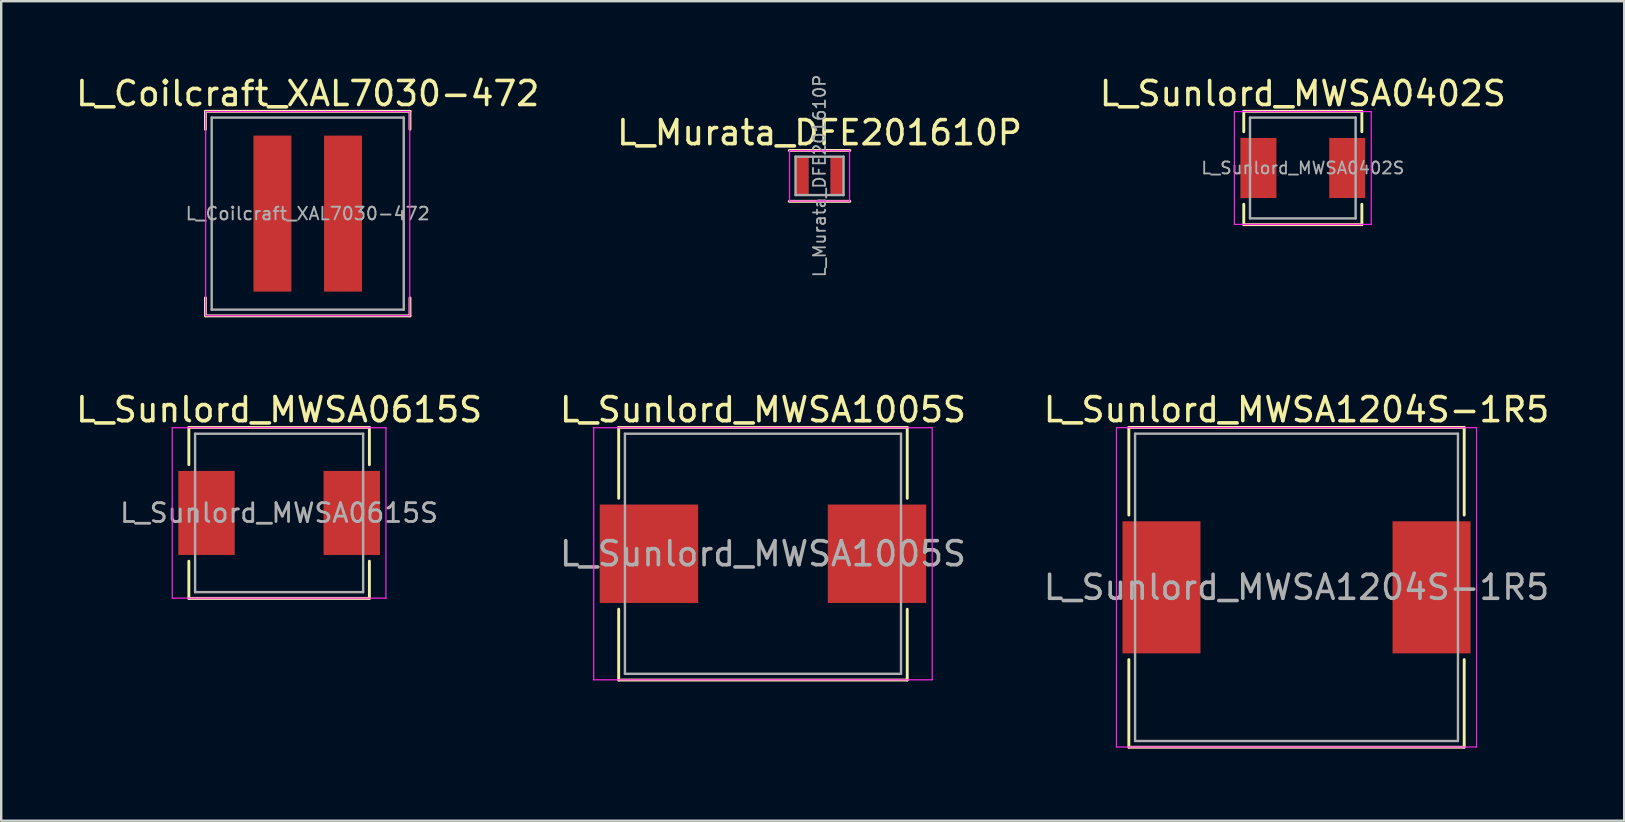
<source format=kicad_pcb>
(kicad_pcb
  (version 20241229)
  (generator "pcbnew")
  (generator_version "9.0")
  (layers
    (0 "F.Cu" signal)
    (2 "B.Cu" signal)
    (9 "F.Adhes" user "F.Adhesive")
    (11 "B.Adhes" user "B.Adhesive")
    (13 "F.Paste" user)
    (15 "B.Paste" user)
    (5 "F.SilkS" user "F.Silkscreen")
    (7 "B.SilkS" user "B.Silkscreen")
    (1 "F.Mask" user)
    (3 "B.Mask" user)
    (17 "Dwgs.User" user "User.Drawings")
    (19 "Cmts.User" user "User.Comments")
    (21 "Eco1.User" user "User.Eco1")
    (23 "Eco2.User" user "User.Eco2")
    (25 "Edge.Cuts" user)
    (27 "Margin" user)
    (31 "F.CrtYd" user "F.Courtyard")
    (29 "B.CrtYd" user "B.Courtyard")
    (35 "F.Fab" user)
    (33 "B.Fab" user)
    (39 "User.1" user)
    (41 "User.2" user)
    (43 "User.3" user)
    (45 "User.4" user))
  (footprint "L_Coilcraft_XAL7030-472"
    (layer "F.Cu")
    (at 9.768 5.848)
    (property "Reference" "L_Coilcraft_XAL7030-472" (at 0 -5 0) (layer "F.SilkS") (effects (font (size 1 1) (thickness 0.15))))
    (attr smd)
    (fp_line (start -4.26 -4.26) (end -4.26 -3.51) (stroke (width 0.12) (type solid)) (layer "F.SilkS"))
    (fp_line (start -4.26 -4.26) (end 4.26 -4.26) (stroke (width 0.12) (type solid)) (layer "F.SilkS"))
    (fp_line (start -4.26 4.26) (end -4.26 3.51) (stroke (width 0.12) (type solid)) (layer "F.SilkS"))
    (fp_line (start -4.26 4.26) (end 4.26 4.26) (stroke (width 0.12) (type solid)) (layer "F.SilkS"))
    (fp_line (start 4.26 -4.26) (end 4.26 -3.51) (stroke (width 0.12) (type solid)) (layer "F.SilkS"))
    (fp_line (start 4.26 4.26) (end 4.26 3.51) (stroke (width 0.12) (type solid)) (layer "F.SilkS"))
    (fp_line (start -4.25 -4.25) (end -4.25 4.25) (stroke (width 0.05) (type solid)) (layer "F.CrtYd"))
    (fp_line (start -4.25 4.25) (end 4.25 4.25) (stroke (width 0.05) (type solid)) (layer "F.CrtYd"))
    (fp_line (start 4.25 -4.25) (end -4.25 -4.25) (stroke (width 0.05) (type solid)) (layer "F.CrtYd"))
    (fp_line (start 4.25 4.25) (end 4.25 -4.25) (stroke (width 0.05) (type solid)) (layer "F.CrtYd"))
    (fp_line (start -4 -4) (end -4 4) (stroke (width 0.1) (type solid)) (layer "F.Fab"))
    (fp_line (start -4 4) (end 4 4) (stroke (width 0.1) (type solid)) (layer "F.Fab"))
    (fp_line (start 4 -4) (end -4 -4) (stroke (width 0.1) (type solid)) (layer "F.Fab"))
    (fp_line (start 4 4) (end 4 -4) (stroke (width 0.1) (type solid)) (layer "F.Fab"))
    (fp_text user "${REFERENCE}" (at 0 0 0) (layer "F.Fab") (effects (font (size 0.527 0.527) (thickness 0.079))))
    (pad "1" smd rect (at -1.47 0) (size 1.58 6.5) (layers "F.Cu" "F.Mask" "F.Paste"))
    (pad "2" smd rect (at 1.47 0) (size 1.58 6.5) (layers "F.Cu" "F.Mask" "F.Paste")))
  (footprint "L_Sunlord_MWSA0615S"
    (layer "F.Cu")
    (at 8.577 18.317)
    (property "Reference" "L_Sunlord_MWSA0615S" (at 0 -4.3 0) (layer "F.SilkS") (effects (font (size 1 1) (thickness 0.15))))
    (attr smd)
    (fp_line (start -3.76 -3.56) (end -3.76 -2.01) (stroke (width 0.12) (type solid)) (layer "F.SilkS"))
    (fp_line (start -3.76 -3.56) (end 3.76 -3.56) (stroke (width 0.12) (type solid)) (layer "F.SilkS"))
    (fp_line (start -3.76 3.56) (end -3.76 2.01) (stroke (width 0.12) (type solid)) (layer "F.SilkS"))
    (fp_line (start -3.76 3.56) (end 3.76 3.56) (stroke (width 0.12) (type solid)) (layer "F.SilkS"))
    (fp_line (start 3.76 -3.56) (end 3.76 -2.01) (stroke (width 0.12) (type solid)) (layer "F.SilkS"))
    (fp_line (start 3.76 3.56) (end 3.76 2.01) (stroke (width 0.12) (type solid)) (layer "F.SilkS"))
    (fp_line (start -4.45 -3.55) (end -4.45 3.55) (stroke (width 0.05) (type solid)) (layer "F.CrtYd"))
    (fp_line (start -4.45 3.55) (end 4.45 3.55) (stroke (width 0.05) (type solid)) (layer "F.CrtYd"))
    (fp_line (start 4.45 -3.55) (end -4.45 -3.55) (stroke (width 0.05) (type solid)) (layer "F.CrtYd"))
    (fp_line (start 4.45 3.55) (end 4.45 -3.55) (stroke (width 0.05) (type solid)) (layer "F.CrtYd"))
    (fp_line (start -3.5 -3.3) (end -3.5 3.3) (stroke (width 0.1) (type solid)) (layer "F.Fab"))
    (fp_line (start -3.5 3.3) (end 3.5 3.3) (stroke (width 0.1) (type solid)) (layer "F.Fab"))
    (fp_line (start 3.5 -3.3) (end -3.5 -3.3) (stroke (width 0.1) (type solid)) (layer "F.Fab"))
    (fp_line (start 3.5 3.3) (end 3.5 -3.3) (stroke (width 0.1) (type solid)) (layer "F.Fab"))
    (fp_text user "${REFERENCE}" (at 0 0 0) (layer "F.Fab") (effects (font (size 0.783 0.783) (thickness 0.117))))
    (pad "1" smd rect (at -3.025 0) (size 2.35 3.5) (layers "F.Cu" "F.Mask" "F.Paste"))
    (pad "2" smd rect (at 3.025 0) (size 2.35 3.5) (layers "F.Cu" "F.Mask" "F.Paste")))
  (footprint "L_Sunlord_MWSA1204S-1R5"
    (layer "F.Cu")
    (at 50.958 21.416)
    (property "Reference" "L_Sunlord_MWSA1204S-1R5" (at 0 -7.4 0) (layer "F.SilkS") (effects (font (size 1 1) (thickness 0.15))))
    (attr smd)
    (fp_line (start -6.985 -6.66) (end -6.985 -3.01) (stroke (width 0.12) (type solid)) (layer "F.SilkS"))
    (fp_line (start -6.985 -6.66) (end 6.985 -6.66) (stroke (width 0.12) (type solid)) (layer "F.SilkS"))
    (fp_line (start -6.985 6.66) (end -6.985 3.01) (stroke (width 0.12) (type solid)) (layer "F.SilkS"))
    (fp_line (start -6.985 6.66) (end 6.985 6.66) (stroke (width 0.12) (type solid)) (layer "F.SilkS"))
    (fp_line (start 6.985 -6.66) (end 6.985 -3.01) (stroke (width 0.12) (type solid)) (layer "F.SilkS"))
    (fp_line (start 6.985 6.66) (end 6.985 3.01) (stroke (width 0.12) (type solid)) (layer "F.SilkS"))
    (fp_line (start -7.5 -6.65) (end -7.5 6.65) (stroke (width 0.05) (type solid)) (layer "F.CrtYd"))
    (fp_line (start -7.5 6.65) (end 7.5 6.65) (stroke (width 0.05) (type solid)) (layer "F.CrtYd"))
    (fp_line (start 7.5 -6.65) (end -7.5 -6.65) (stroke (width 0.05) (type solid)) (layer "F.CrtYd"))
    (fp_line (start 7.5 6.65) (end 7.5 -6.65) (stroke (width 0.05) (type solid)) (layer "F.CrtYd"))
    (fp_line (start -6.725 -6.4) (end -6.725 6.4) (stroke (width 0.1) (type solid)) (layer "F.Fab"))
    (fp_line (start -6.725 6.4) (end 6.725 6.4) (stroke (width 0.1) (type solid)) (layer "F.Fab"))
    (fp_line (start 6.725 -6.4) (end -6.725 -6.4) (stroke (width 0.1) (type solid)) (layer "F.Fab"))
    (fp_line (start 6.725 6.4) (end 6.725 -6.4) (stroke (width 0.1) (type solid)) (layer "F.Fab"))
    (fp_text user "${REFERENCE}" (at 0 0 0) (layer "F.Fab") (effects (font (size 1 1) (thickness 0.15))))
    (pad "1" smd rect (at -5.625 0) (size 3.25 5.5) (layers "F.Cu" "F.Mask" "F.Paste"))
    (pad "2" smd rect (at 5.625 0) (size 3.25 5.5) (layers "F.Cu" "F.Mask" "F.Paste")))
  (footprint "L_Sunlord_MWSA0402S"
    (layer "F.Cu")
    (at 51.22 3.948)
    (property "Reference" "L_Sunlord_MWSA0402S" (at 0 -3.1 0) (layer "F.SilkS") (effects (font (size 1 1) (thickness 0.15))))
    (attr smd)
    (fp_line (start -2.46 -2.36) (end -2.46 -1.51) (stroke (width 0.12) (type solid)) (layer "F.SilkS"))
    (fp_line (start -2.46 -2.36) (end 2.46 -2.36) (stroke (width 0.12) (type solid)) (layer "F.SilkS"))
    (fp_line (start -2.46 2.36) (end -2.46 1.51) (stroke (width 0.12) (type solid)) (layer "F.SilkS"))
    (fp_line (start -2.46 2.36) (end 2.46 2.36) (stroke (width 0.12) (type solid)) (layer "F.SilkS"))
    (fp_line (start 2.46 -2.36) (end 2.46 -1.51) (stroke (width 0.12) (type solid)) (layer "F.SilkS"))
    (fp_line (start 2.46 2.36) (end 2.46 1.51) (stroke (width 0.12) (type solid)) (layer "F.SilkS"))
    (fp_line (start -2.85 -2.35) (end -2.85 2.35) (stroke (width 0.05) (type solid)) (layer "F.CrtYd"))
    (fp_line (start -2.85 2.35) (end 2.85 2.35) (stroke (width 0.05) (type solid)) (layer "F.CrtYd"))
    (fp_line (start 2.85 -2.35) (end -2.85 -2.35) (stroke (width 0.05) (type solid)) (layer "F.CrtYd"))
    (fp_line (start 2.85 2.35) (end 2.85 -2.35) (stroke (width 0.05) (type solid)) (layer "F.CrtYd"))
    (fp_line (start -2.2 -2.1) (end -2.2 2.1) (stroke (width 0.1) (type solid)) (layer "F.Fab"))
    (fp_line (start -2.2 2.1) (end 2.2 2.1) (stroke (width 0.1) (type solid)) (layer "F.Fab"))
    (fp_line (start 2.2 -2.1) (end -2.2 -2.1) (stroke (width 0.1) (type solid)) (layer "F.Fab"))
    (fp_line (start 2.2 2.1) (end 2.2 -2.1) (stroke (width 0.1) (type solid)) (layer "F.Fab"))
    (fp_text user "${REFERENCE}" (at 0 0 0) (layer "F.Fab") (effects (font (size 0.5 0.5) (thickness 0.075))))
    (pad "1" smd rect (at -1.85 0) (size 1.5 2.5) (layers "F.Cu" "F.Mask" "F.Paste"))
    (pad "2" smd rect (at 1.85 0) (size 1.5 2.5) (layers "F.Cu" "F.Mask" "F.Paste")))
  (footprint "L_Sunlord_MWSA1005S"
    (layer "F.Cu")
    (at 28.732 20.017)
    (property "Reference" "L_Sunlord_MWSA1005S" (at 0 -6 0) (layer "F.SilkS") (effects (font (size 1 1) (thickness 0.15))))
    (attr smd)
    (fp_line (start -6.01 -5.26) (end -6.01 -2.31) (stroke (width 0.12) (type solid)) (layer "F.SilkS"))
    (fp_line (start -6.01 -5.26) (end 6.01 -5.26) (stroke (width 0.12) (type solid)) (layer "F.SilkS"))
    (fp_line (start -6.01 5.26) (end -6.01 2.31) (stroke (width 0.12) (type solid)) (layer "F.SilkS"))
    (fp_line (start -6.01 5.26) (end 6.01 5.26) (stroke (width 0.12) (type solid)) (layer "F.SilkS"))
    (fp_line (start 6.01 -5.26) (end 6.01 -2.31) (stroke (width 0.12) (type solid)) (layer "F.SilkS"))
    (fp_line (start 6.01 5.26) (end 6.01 2.31) (stroke (width 0.12) (type solid)) (layer "F.SilkS"))
    (fp_line (start -7.05 -5.25) (end -7.05 5.25) (stroke (width 0.05) (type solid)) (layer "F.CrtYd"))
    (fp_line (start -7.05 5.25) (end 7.05 5.25) (stroke (width 0.05) (type solid)) (layer "F.CrtYd"))
    (fp_line (start 7.05 -5.25) (end -7.05 -5.25) (stroke (width 0.05) (type solid)) (layer "F.CrtYd"))
    (fp_line (start 7.05 5.25) (end 7.05 -5.25) (stroke (width 0.05) (type solid)) (layer "F.CrtYd"))
    (fp_line (start -5.75 -5) (end -5.75 5) (stroke (width 0.1) (type solid)) (layer "F.Fab"))
    (fp_line (start -5.75 5) (end 5.75 5) (stroke (width 0.1) (type solid)) (layer "F.Fab"))
    (fp_line (start 5.75 -5) (end -5.75 -5) (stroke (width 0.1) (type solid)) (layer "F.Fab"))
    (fp_line (start 5.75 5) (end 5.75 -5) (stroke (width 0.1) (type solid)) (layer "F.Fab"))
    (fp_text user "${REFERENCE}" (at 0 0 0) (layer "F.Fab") (effects (font (size 1 1) (thickness 0.15))))
    (pad "1" smd rect (at -4.75 0) (size 4.1 4.1) (layers "F.Cu" "F.Mask" "F.Paste"))
    (pad "2" smd rect (at 4.75 0) (size 4.1 4.1) (layers "F.Cu" "F.Mask" "F.Paste")))
  (footprint "L_Murata_DFE201610P"
    (layer "F.Cu")
    (at 31.089 4.277)
    (property "Reference" "L_Murata_DFE201610P" (at 0 -1.8 0) (layer "F.SilkS") (effects (font (size 1 1) (thickness 0.15))))
    (attr smd)
    (fp_line (start -1.26 -1.06) (end 1.26 -1.06) (stroke (width 0.12) (type solid)) (layer "F.SilkS"))
    (fp_line (start -1.26 1.06) (end 1.26 1.06) (stroke (width 0.12) (type solid)) (layer "F.SilkS"))
    (fp_line (start -1.25 -1.05) (end -1.25 1.05) (stroke (width 0.05) (type solid)) (layer "F.CrtYd"))
    (fp_line (start -1.25 1.05) (end 1.25 1.05) (stroke (width 0.05) (type solid)) (layer "F.CrtYd"))
    (fp_line (start 1.25 -1.05) (end -1.25 -1.05) (stroke (width 0.05) (type solid)) (layer "F.CrtYd"))
    (fp_line (start 1.25 1.05) (end 1.25 -1.05) (stroke (width 0.05) (type solid)) (layer "F.CrtYd"))
    (fp_line (start -1 -0.8) (end -1 0.8) (stroke (width 0.1) (type solid)) (layer "F.Fab"))
    (fp_line (start -1 0.8) (end 1 0.8) (stroke (width 0.1) (type solid)) (layer "F.Fab"))
    (fp_line (start 1 -0.8) (end -1 -0.8) (stroke (width 0.1) (type solid)) (layer "F.Fab"))
    (fp_line (start 1 0.8) (end 1 -0.8) (stroke (width 0.1) (type solid)) (layer "F.Fab"))
    (fp_text user "${REFERENCE}" (at 0 0 90) (layer "F.Fab") (effects (font (size 0.5 0.5) (thickness 0.075))))
    (pad "1" smd rect (at -0.725 0) (size 0.55 1.6) (layers "F.Cu" "F.Mask" "F.Paste"))
    (pad "2" smd rect (at 0.725 0) (size 0.55 1.6) (layers "F.Cu" "F.Mask" "F.Paste")))
  (gr_rect
    (start -3 -3)
    (end 64.607 31.137)
    (stroke (width 0.1) (type default))
    (fill no)
    (layer "Edge.Cuts")))
</source>
